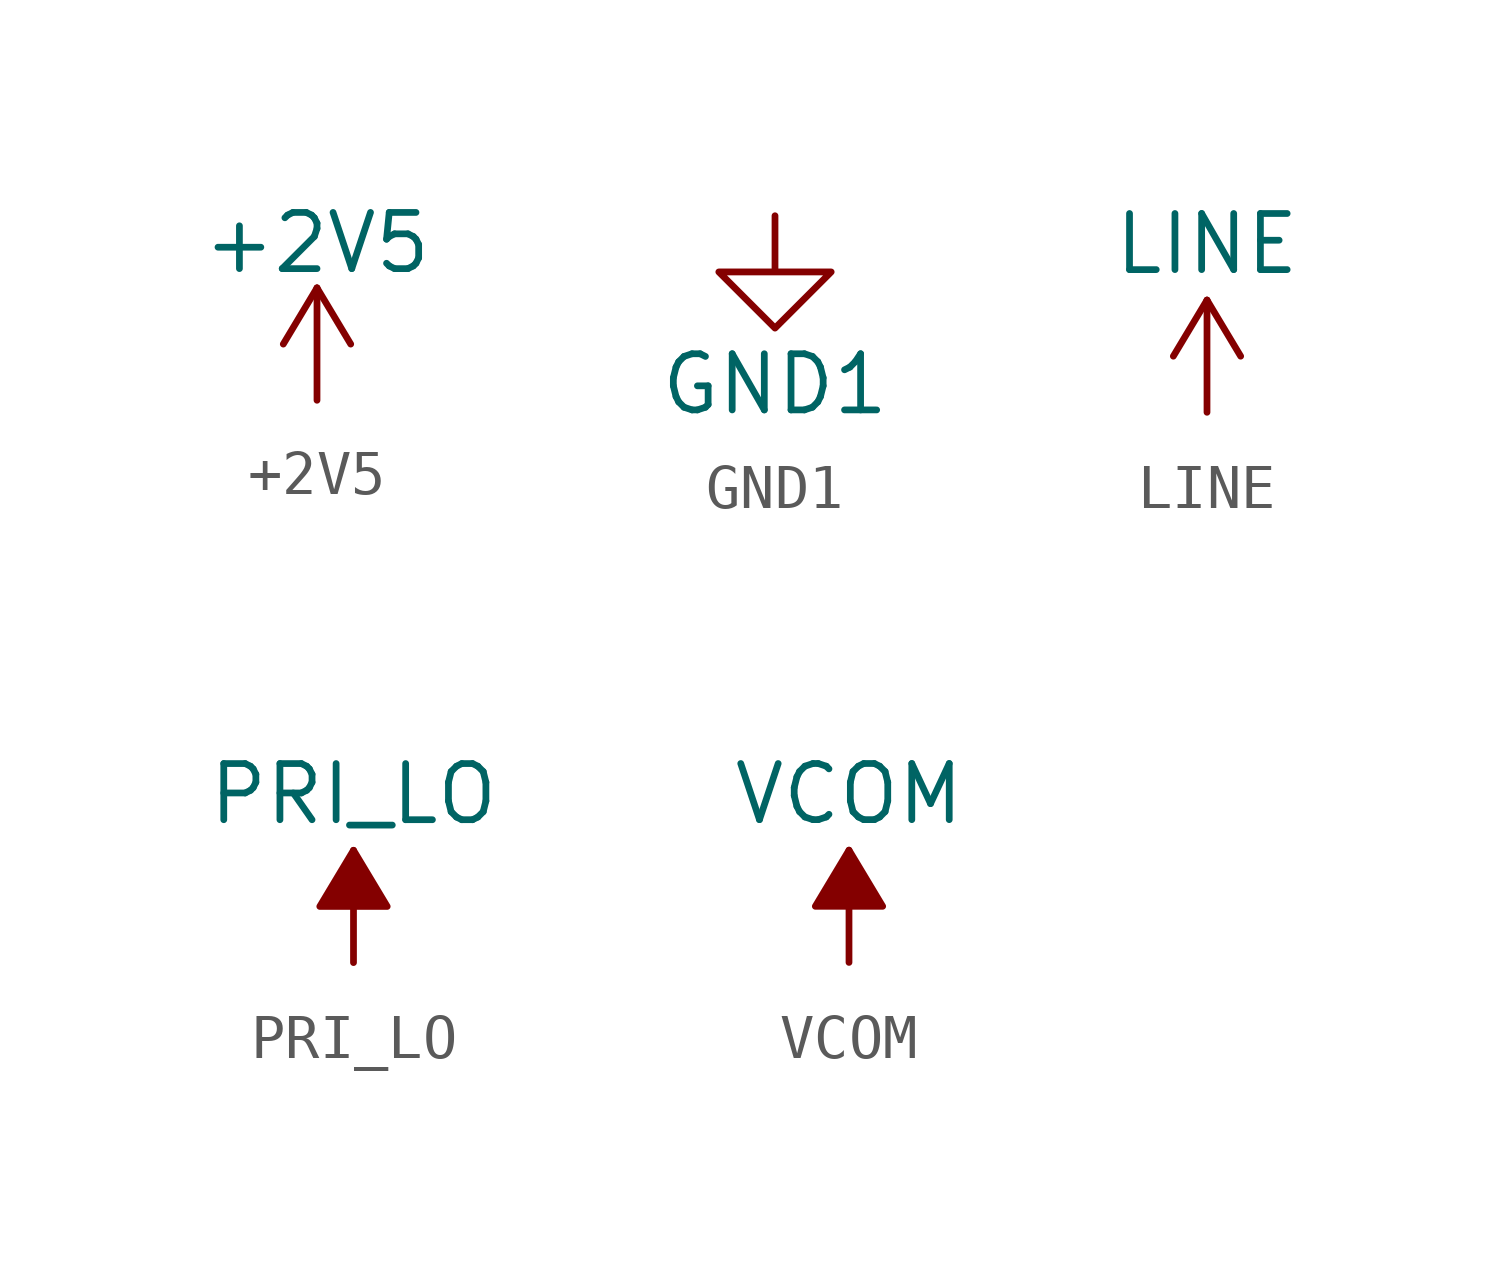
<source format=kicad_sym>
(kicad_symbol_lib
  (version 20220914)
  (generator kicad_symbol_editor)
  (symbol "+2V5"
    (power)
    (pin_names
      (offset 0))
    (property "Reference" "#PWR"
      (at 0 -3.81 0)
      (effects (font (size 1.27 1.27)) hide))
    (property "Value" "+2V5"
      (at 0 3.556 0)
      (effects (font (size 1.27 1.27))))
    (symbol "+2V5_0_1"
      (polyline (pts (xy -0.762 1.27) (xy 0 2.54)) (stroke (width 0) (type default)) (fill (type none)))
      (polyline (pts (xy 0 0) (xy 0 2.54)) (stroke (width 0) (type default)) (fill (type none)))
      (polyline (pts (xy 0 2.54) (xy 0.762 1.27)) (stroke (width 0) (type default)) (fill (type none))))
    (symbol "+2V5_1_1"
      (pin power_in line (at 0 0 90) (length 0) hide (name "+2V5" (effects (font (size 1.27 1.27)))) (number "1" (effects (font (size 1.27 1.27)))))))
  (symbol "GND1"
    (power)
    (pin_names
      (offset 0))
    (property "Reference" "#PWR"
      (at 0 -6.35 0)
      (effects (font (size 1.27 1.27)) hide))
    (property "Value" "GND1"
      (at 0 -3.81 0)
      (effects (font (size 1.27 1.27))))
    (symbol "GND1_0_1"
      (polyline (pts (xy 0 0) (xy 0 -1.27) (xy 1.27 -1.27) (xy 0 -2.54) (xy -1.27 -1.27) (xy 0 -1.27)) (stroke (width 0) (type default)) (fill (type none))))
    (symbol "GND1_1_1"
      (pin power_in line (at 0 0 270) (length 0) hide (name "GND1" (effects (font (size 1.27 1.27)))) (number "1" (effects (font (size 1.27 1.27)))))))
  (symbol "LINE"
    (power)
    (pin_names
      (offset 0))
    (property "Reference" "#PWR"
      (at 0 -3.81 0)
      (effects (font (size 1.27 1.27)) hide))
    (property "Value" "LINE"
      (at 0 3.81 0)
      (effects (font (size 1.27 1.27))))
    (symbol "LINE_0_1"
      (polyline (pts (xy -0.762 1.27) (xy 0 2.54)) (stroke (width 0) (type default)) (fill (type none)))
      (polyline (pts (xy 0 0) (xy 0 2.54)) (stroke (width 0) (type default)) (fill (type none)))
      (polyline (pts (xy 0 2.54) (xy 0.762 1.27)) (stroke (width 0) (type default)) (fill (type none))))
    (symbol "LINE_1_1"
      (pin power_in line (at 0 0 90) (length 0) hide (name "LINE" (effects (font (size 1.27 1.27)))) (number "1" (effects (font (size 1.27 1.27)))))))
  (symbol "PRI_LO"
    (power)
    (pin_names
      (offset 0))
    (property "Reference" "#PWR"
      (at 0 -3.81 0)
      (effects (font (size 1.27 1.27)) hide))
    (property "Value" "PRI_LO"
      (at 0 3.81 0)
      (effects (font (size 1.27 1.27))))
    (symbol "PRI_LO_0_1"
      (polyline (pts (xy 0 0) (xy 0 2.54)) (stroke (width 0) (type default)) (fill (type none)))
      (polyline (pts (xy 0.762 1.27) (xy -0.762 1.27) (xy 0 2.54) (xy 0.762 1.27)) (stroke (width 0) (type default)) (fill (type outline))))
    (symbol "PRI_LO_1_1"
      (pin power_in line (at 0 0 90) (length 0) hide (name "PRI_LO" (effects (font (size 1.27 1.27)))) (number "1" (effects (font (size 1.27 1.27)))))))
  (symbol "VCOM"
    (power)
    (pin_names
      (offset 0))
    (property "Reference" "#PWR"
      (at 0 -3.81 0)
      (effects (font (size 1.27 1.27)) hide))
    (property "Value" "VCOM"
      (at 0 3.81 0)
      (effects (font (size 1.27 1.27))))
    (symbol "VCOM_0_1"
      (polyline (pts (xy 0 0) (xy 0 2.54)) (stroke (width 0) (type default)) (fill (type none)))
      (polyline (pts (xy 0.762 1.27) (xy -0.762 1.27) (xy 0 2.54) (xy 0.762 1.27)) (stroke (width 0) (type default)) (fill (type outline))))
    (symbol "VCOM_1_1"
      (pin power_in line (at 0 0 90) (length 0) hide (name "VCOM" (effects (font (size 1.27 1.27)))) (number "1" (effects (font (size 1.27 1.27))))))))
</source>
